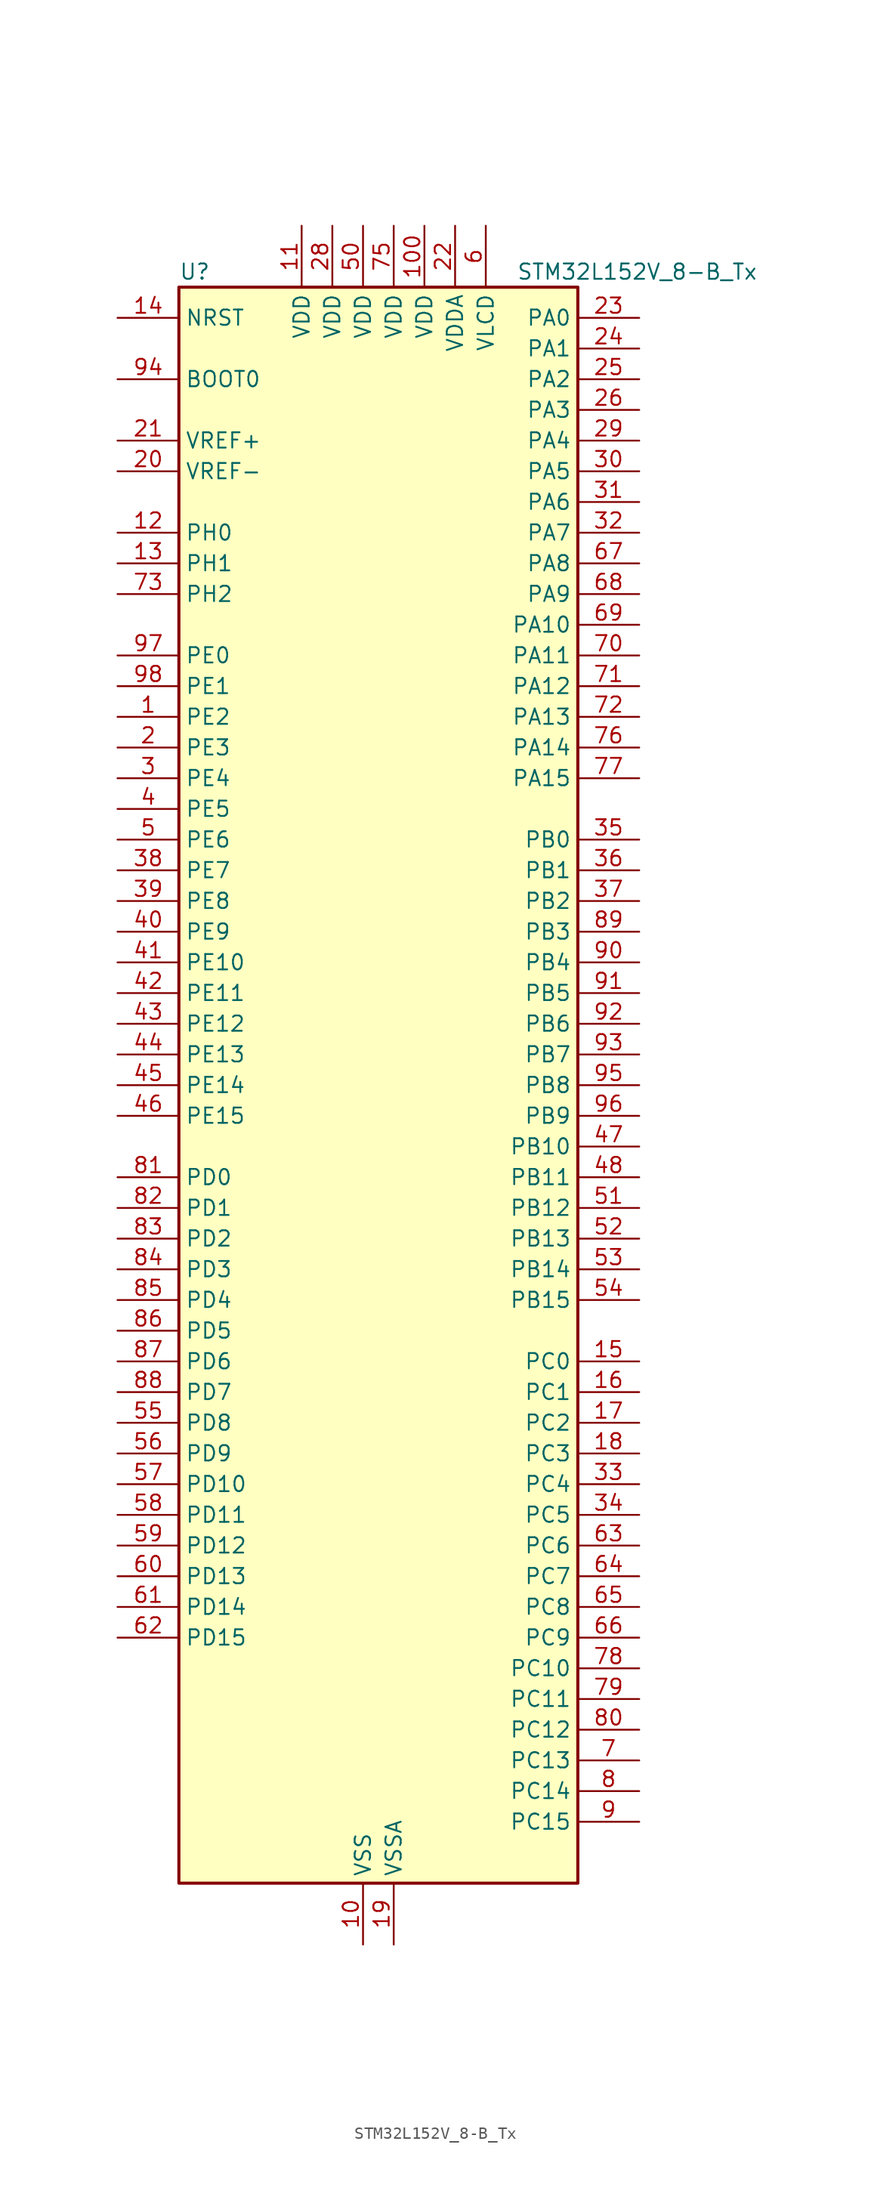
<source format=kicad_sym>
(kicad_symbol_lib
  (version 20220914)
  (generator kicad_symbol_editor)
  (symbol "STM32L152V_8-B_Tx"
    (property "Reference" "U"
      (at -15.24 67.31 0)
      (effects (font (size 1.27 1.27)) (justify left)))
    (property "Value" "STM32L152V_8-B_Tx"
      (at 12.7 67.31 0)
      (effects (font (size 1.27 1.27)) (justify left)))
    (property "ki_locked" ""
      (at 0 0 0)
      (effects (font (size 1.27 1.27))))
    (symbol "STM32L152V_8-B_Tx_0_1"
      (rectangle (start -15.24 -66.04) (end 17.78 66.04) (stroke (width 0.254) (type default)) (fill (type background))))
    (symbol "STM32L152V_8-B_Tx_1_1"
      (pin bidirectional line (at -20.32 30.48 0) (length 5.08) (name "PE2" (effects (font (size 1.27 1.27)))) (number "1" (effects (font (size 1.27 1.27)))) (alternate "LCD_SEG38" bidirectional line) (alternate "SYS_TRACECK" bidirectional line) (alternate "TIM3_ETR" bidirectional line) (alternate "TIMX_IC3" bidirectional line))
      (pin power_in line (at 0 -71.12 90) (length 5.08) (name "VSS" (effects (font (size 1.27 1.27)))) (number "10" (effects (font (size 1.27 1.27)))))
      (pin power_in line (at 5.08 71.12 270) (length 5.08) (name "VDD" (effects (font (size 1.27 1.27)))) (number "100" (effects (font (size 1.27 1.27)))))
      (pin power_in line (at -5.08 71.12 270) (length 5.08) (name "VDD" (effects (font (size 1.27 1.27)))) (number "11" (effects (font (size 1.27 1.27)))))
      (pin bidirectional line (at -20.32 45.72 0) (length 5.08) (name "PH0" (effects (font (size 1.27 1.27)))) (number "12" (effects (font (size 1.27 1.27)))) (alternate "RCC_OSC_IN" bidirectional line))
      (pin bidirectional line (at -20.32 43.18 0) (length 5.08) (name "PH1" (effects (font (size 1.27 1.27)))) (number "13" (effects (font (size 1.27 1.27)))) (alternate "RCC_OSC_OUT" bidirectional line))
      (pin input line (at -20.32 63.5 0) (length 5.08) (name "NRST" (effects (font (size 1.27 1.27)))) (number "14" (effects (font (size 1.27 1.27)))))
      (pin bidirectional line (at 22.86 -22.86 180) (length 5.08) (name "PC0" (effects (font (size 1.27 1.27)))) (number "15" (effects (font (size 1.27 1.27)))) (alternate "ADC_IN10" bidirectional line) (alternate "COMP1_INP" bidirectional line) (alternate "LCD_SEG18" bidirectional line) (alternate "TIMX_IC1" bidirectional line) (alternate "TS_G8_IO1" bidirectional line))
      (pin bidirectional line (at 22.86 -25.4 180) (length 5.08) (name "PC1" (effects (font (size 1.27 1.27)))) (number "16" (effects (font (size 1.27 1.27)))) (alternate "ADC_IN11" bidirectional line) (alternate "COMP1_INP" bidirectional line) (alternate "LCD_SEG19" bidirectional line) (alternate "TIMX_IC2" bidirectional line) (alternate "TS_G8_IO2" bidirectional line))
      (pin bidirectional line (at 22.86 -27.94 180) (length 5.08) (name "PC2" (effects (font (size 1.27 1.27)))) (number "17" (effects (font (size 1.27 1.27)))) (alternate "ADC_IN12" bidirectional line) (alternate "COMP1_INP" bidirectional line) (alternate "LCD_SEG20" bidirectional line) (alternate "TIMX_IC3" bidirectional line) (alternate "TS_G8_IO3" bidirectional line))
      (pin bidirectional line (at 22.86 -30.48 180) (length 5.08) (name "PC3" (effects (font (size 1.27 1.27)))) (number "18" (effects (font (size 1.27 1.27)))) (alternate "ADC_IN13" bidirectional line) (alternate "COMP1_INP" bidirectional line) (alternate "LCD_SEG21" bidirectional line) (alternate "TIMX_IC4" bidirectional line) (alternate "TS_G8_IO4" bidirectional line))
      (pin power_in line (at 2.54 -71.12 90) (length 5.08) (name "VSSA" (effects (font (size 1.27 1.27)))) (number "19" (effects (font (size 1.27 1.27)))))
      (pin bidirectional line (at -20.32 27.94 0) (length 5.08) (name "PE3" (effects (font (size 1.27 1.27)))) (number "2" (effects (font (size 1.27 1.27)))) (alternate "LCD_SEG39" bidirectional line) (alternate "SYS_TRACED0" bidirectional line) (alternate "TIM3_CH1" bidirectional line) (alternate "TIMX_IC4" bidirectional line))
      (pin input line (at -20.32 50.8 0) (length 5.08) (name "VREF-" (effects (font (size 1.27 1.27)))) (number "20" (effects (font (size 1.27 1.27)))))
      (pin input line (at -20.32 53.34 0) (length 5.08) (name "VREF+" (effects (font (size 1.27 1.27)))) (number "21" (effects (font (size 1.27 1.27)))))
      (pin power_in line (at 7.62 71.12 270) (length 5.08) (name "VDDA" (effects (font (size 1.27 1.27)))) (number "22" (effects (font (size 1.27 1.27)))))
      (pin bidirectional line (at 22.86 63.5 180) (length 5.08) (name "PA0" (effects (font (size 1.27 1.27)))) (number "23" (effects (font (size 1.27 1.27)))) (alternate "ADC_IN0" bidirectional line) (alternate "COMP1_INP" bidirectional line) (alternate "SYS_WKUP1" bidirectional line) (alternate "TIM2_CH1" bidirectional line) (alternate "TIM2_ETR" bidirectional line) (alternate "TIMX_IC1" bidirectional line) (alternate "TS_G1_IO1" bidirectional line) (alternate "USART2_CTS" bidirectional line))
      (pin bidirectional line (at 22.86 60.96 180) (length 5.08) (name "PA1" (effects (font (size 1.27 1.27)))) (number "24" (effects (font (size 1.27 1.27)))) (alternate "ADC_IN1" bidirectional line) (alternate "COMP1_INP" bidirectional line) (alternate "LCD_SEG0" bidirectional line) (alternate "TIM2_CH2" bidirectional line) (alternate "TIMX_IC2" bidirectional line) (alternate "TS_G1_IO2" bidirectional line) (alternate "USART2_RTS" bidirectional line))
      (pin bidirectional line (at 22.86 58.42 180) (length 5.08) (name "PA2" (effects (font (size 1.27 1.27)))) (number "25" (effects (font (size 1.27 1.27)))) (alternate "ADC_IN2" bidirectional line) (alternate "COMP1_INP" bidirectional line) (alternate "LCD_SEG1" bidirectional line) (alternate "TIM2_CH3" bidirectional line) (alternate "TIM9_CH1" bidirectional line) (alternate "TIMX_IC3" bidirectional line) (alternate "TS_G1_IO3" bidirectional line) (alternate "USART2_TX" bidirectional line))
      (pin bidirectional line (at 22.86 55.88 180) (length 5.08) (name "PA3" (effects (font (size 1.27 1.27)))) (number "26" (effects (font (size 1.27 1.27)))) (alternate "ADC_IN3" bidirectional line) (alternate "COMP1_INP" bidirectional line) (alternate "LCD_SEG2" bidirectional line) (alternate "TIM2_CH4" bidirectional line) (alternate "TIM9_CH2" bidirectional line) (alternate "TIMX_IC4" bidirectional line) (alternate "TS_G1_IO4" bidirectional line) (alternate "USART2_RX" bidirectional line))
      (pin passive line (at 0 -71.12 90) (length 5.08) hide (name "VSS" (effects (font (size 1.27 1.27)))) (number "27" (effects (font (size 1.27 1.27)))))
      (pin power_in line (at -2.54 71.12 270) (length 5.08) (name "VDD" (effects (font (size 1.27 1.27)))) (number "28" (effects (font (size 1.27 1.27)))))
      (pin bidirectional line (at 22.86 53.34 180) (length 5.08) (name "PA4" (effects (font (size 1.27 1.27)))) (number "29" (effects (font (size 1.27 1.27)))) (alternate "ADC_IN4" bidirectional line) (alternate "COMP1_INP" bidirectional line) (alternate "DAC_OUT1" bidirectional line) (alternate "SPI1_NSS" bidirectional line) (alternate "TIMX_IC1" bidirectional line) (alternate "USART2_CK" bidirectional line))
      (pin bidirectional line (at -20.32 25.4 0) (length 5.08) (name "PE4" (effects (font (size 1.27 1.27)))) (number "3" (effects (font (size 1.27 1.27)))) (alternate "SYS_TRACED1" bidirectional line) (alternate "TIM3_CH2" bidirectional line) (alternate "TIMX_IC1" bidirectional line))
      (pin bidirectional line (at 22.86 50.8 180) (length 5.08) (name "PA5" (effects (font (size 1.27 1.27)))) (number "30" (effects (font (size 1.27 1.27)))) (alternate "ADC_IN5" bidirectional line) (alternate "COMP1_INP" bidirectional line) (alternate "DAC_OUT2" bidirectional line) (alternate "SPI1_SCK" bidirectional line) (alternate "TIM2_CH1" bidirectional line) (alternate "TIM2_ETR" bidirectional line) (alternate "TIMX_IC2" bidirectional line))
      (pin bidirectional line (at 22.86 48.26 180) (length 5.08) (name "PA6" (effects (font (size 1.27 1.27)))) (number "31" (effects (font (size 1.27 1.27)))) (alternate "ADC_IN6" bidirectional line) (alternate "COMP1_INP" bidirectional line) (alternate "LCD_SEG3" bidirectional line) (alternate "SPI1_MISO" bidirectional line) (alternate "TIM10_CH1" bidirectional line) (alternate "TIM3_CH1" bidirectional line) (alternate "TIMX_IC3" bidirectional line) (alternate "TS_G2_IO1" bidirectional line))
      (pin bidirectional line (at 22.86 45.72 180) (length 5.08) (name "PA7" (effects (font (size 1.27 1.27)))) (number "32" (effects (font (size 1.27 1.27)))) (alternate "ADC_IN7" bidirectional line) (alternate "COMP1_INP" bidirectional line) (alternate "LCD_SEG4" bidirectional line) (alternate "SPI1_MOSI" bidirectional line) (alternate "TIM11_CH1" bidirectional line) (alternate "TIM3_CH2" bidirectional line) (alternate "TIMX_IC4" bidirectional line) (alternate "TS_G2_IO2" bidirectional line))
      (pin bidirectional line (at 22.86 -33.02 180) (length 5.08) (name "PC4" (effects (font (size 1.27 1.27)))) (number "33" (effects (font (size 1.27 1.27)))) (alternate "ADC_IN14" bidirectional line) (alternate "COMP1_INP" bidirectional line) (alternate "LCD_SEG22" bidirectional line) (alternate "TIMX_IC1" bidirectional line) (alternate "TS_G9_IO1" bidirectional line))
      (pin bidirectional line (at 22.86 -35.56 180) (length 5.08) (name "PC5" (effects (font (size 1.27 1.27)))) (number "34" (effects (font (size 1.27 1.27)))) (alternate "ADC_IN15" bidirectional line) (alternate "COMP1_INP" bidirectional line) (alternate "LCD_SEG23" bidirectional line) (alternate "TIMX_IC2" bidirectional line) (alternate "TS_G9_IO2" bidirectional line))
      (pin bidirectional line (at 22.86 20.32 180) (length 5.08) (name "PB0" (effects (font (size 1.27 1.27)))) (number "35" (effects (font (size 1.27 1.27)))) (alternate "ADC_IN8" bidirectional line) (alternate "COMP1_INP" bidirectional line) (alternate "LCD_SEG5" bidirectional line) (alternate "SYS_V_REF_OUT" bidirectional line) (alternate "TIM3_CH3" bidirectional line) (alternate "TS_G3_IO1" bidirectional line))
      (pin bidirectional line (at 22.86 17.78 180) (length 5.08) (name "PB1" (effects (font (size 1.27 1.27)))) (number "36" (effects (font (size 1.27 1.27)))) (alternate "ADC_IN9" bidirectional line) (alternate "COMP1_INP" bidirectional line) (alternate "LCD_SEG6" bidirectional line) (alternate "SYS_V_REF_OUT" bidirectional line) (alternate "TIM3_CH4" bidirectional line) (alternate "TS_G3_IO2" bidirectional line))
      (pin bidirectional line (at 22.86 15.24 180) (length 5.08) (name "PB2" (effects (font (size 1.27 1.27)))) (number "37" (effects (font (size 1.27 1.27)))))
      (pin bidirectional line (at -20.32 17.78 0) (length 5.08) (name "PE7" (effects (font (size 1.27 1.27)))) (number "38" (effects (font (size 1.27 1.27)))) (alternate "ADC_IN22" bidirectional line) (alternate "COMP1_INP" bidirectional line) (alternate "TIMX_IC4" bidirectional line))
      (pin bidirectional line (at -20.32 15.24 0) (length 5.08) (name "PE8" (effects (font (size 1.27 1.27)))) (number "39" (effects (font (size 1.27 1.27)))) (alternate "ADC_IN23" bidirectional line) (alternate "COMP1_INP" bidirectional line) (alternate "TIMX_IC1" bidirectional line))
      (pin bidirectional line (at -20.32 22.86 0) (length 5.08) (name "PE5" (effects (font (size 1.27 1.27)))) (number "4" (effects (font (size 1.27 1.27)))) (alternate "SYS_TRACED2" bidirectional line) (alternate "TIM9_CH1" bidirectional line) (alternate "TIMX_IC2" bidirectional line))
      (pin bidirectional line (at -20.32 12.7 0) (length 5.08) (name "PE9" (effects (font (size 1.27 1.27)))) (number "40" (effects (font (size 1.27 1.27)))) (alternate "ADC_IN24" bidirectional line) (alternate "COMP1_INP" bidirectional line) (alternate "DAC_EXTI9" bidirectional line) (alternate "TIM2_CH1" bidirectional line) (alternate "TIM2_ETR" bidirectional line) (alternate "TIMX_IC2" bidirectional line))
      (pin bidirectional line (at -20.32 10.16 0) (length 5.08) (name "PE10" (effects (font (size 1.27 1.27)))) (number "41" (effects (font (size 1.27 1.27)))) (alternate "ADC_IN25" bidirectional line) (alternate "COMP1_INP" bidirectional line) (alternate "TIM2_CH2" bidirectional line) (alternate "TIMX_IC3" bidirectional line))
      (pin bidirectional line (at -20.32 7.62 0) (length 5.08) (name "PE11" (effects (font (size 1.27 1.27)))) (number "42" (effects (font (size 1.27 1.27)))) (alternate "ADC_EXTI11" bidirectional line) (alternate "TIM2_CH3" bidirectional line) (alternate "TIMX_IC4" bidirectional line))
      (pin bidirectional line (at -20.32 5.08 0) (length 5.08) (name "PE12" (effects (font (size 1.27 1.27)))) (number "43" (effects (font (size 1.27 1.27)))) (alternate "SPI1_NSS" bidirectional line) (alternate "TIM2_CH4" bidirectional line) (alternate "TIMX_IC1" bidirectional line))
      (pin bidirectional line (at -20.32 2.54 0) (length 5.08) (name "PE13" (effects (font (size 1.27 1.27)))) (number "44" (effects (font (size 1.27 1.27)))) (alternate "SPI1_SCK" bidirectional line) (alternate "TIMX_IC2" bidirectional line))
      (pin bidirectional line (at -20.32 0 0) (length 5.08) (name "PE14" (effects (font (size 1.27 1.27)))) (number "45" (effects (font (size 1.27 1.27)))) (alternate "SPI1_MISO" bidirectional line) (alternate "TIMX_IC3" bidirectional line))
      (pin bidirectional line (at -20.32 -2.54 0) (length 5.08) (name "PE15" (effects (font (size 1.27 1.27)))) (number "46" (effects (font (size 1.27 1.27)))) (alternate "ADC_EXTI15" bidirectional line) (alternate "SPI1_MOSI" bidirectional line) (alternate "TIMX_IC4" bidirectional line))
      (pin bidirectional line (at 22.86 -5.08 180) (length 5.08) (name "PB10" (effects (font (size 1.27 1.27)))) (number "47" (effects (font (size 1.27 1.27)))) (alternate "I2C2_SCL" bidirectional line) (alternate "LCD_SEG10" bidirectional line) (alternate "TIM2_CH3" bidirectional line) (alternate "USART3_TX" bidirectional line))
      (pin bidirectional line (at 22.86 -7.62 180) (length 5.08) (name "PB11" (effects (font (size 1.27 1.27)))) (number "48" (effects (font (size 1.27 1.27)))) (alternate "ADC_EXTI11" bidirectional line) (alternate "I2C2_SDA" bidirectional line) (alternate "LCD_SEG11" bidirectional line) (alternate "TIM2_CH4" bidirectional line) (alternate "USART3_RX" bidirectional line))
      (pin passive line (at 0 -71.12 90) (length 5.08) hide (name "VSS" (effects (font (size 1.27 1.27)))) (number "49" (effects (font (size 1.27 1.27)))))
      (pin bidirectional line (at -20.32 20.32 0) (length 5.08) (name "PE6" (effects (font (size 1.27 1.27)))) (number "5" (effects (font (size 1.27 1.27)))) (alternate "SYS_TRACED3" bidirectional line) (alternate "SYS_WKUP3" bidirectional line) (alternate "TIM9_CH2" bidirectional line) (alternate "TIMX_IC3" bidirectional line))
      (pin power_in line (at 0 71.12 270) (length 5.08) (name "VDD" (effects (font (size 1.27 1.27)))) (number "50" (effects (font (size 1.27 1.27)))))
      (pin bidirectional line (at 22.86 -10.16 180) (length 5.08) (name "PB12" (effects (font (size 1.27 1.27)))) (number "51" (effects (font (size 1.27 1.27)))) (alternate "ADC_IN18" bidirectional line) (alternate "COMP1_INP" bidirectional line) (alternate "I2C2_SMBA" bidirectional line) (alternate "LCD_SEG12" bidirectional line) (alternate "SPI2_NSS" bidirectional line) (alternate "TIM10_CH1" bidirectional line) (alternate "TS_G7_IO1" bidirectional line) (alternate "USART3_CK" bidirectional line))
      (pin bidirectional line (at 22.86 -12.7 180) (length 5.08) (name "PB13" (effects (font (size 1.27 1.27)))) (number "52" (effects (font (size 1.27 1.27)))) (alternate "ADC_IN19" bidirectional line) (alternate "COMP1_INP" bidirectional line) (alternate "LCD_SEG13" bidirectional line) (alternate "SPI2_SCK" bidirectional line) (alternate "TIM9_CH1" bidirectional line) (alternate "TS_G7_IO2" bidirectional line) (alternate "USART3_CTS" bidirectional line))
      (pin bidirectional line (at 22.86 -15.24 180) (length 5.08) (name "PB14" (effects (font (size 1.27 1.27)))) (number "53" (effects (font (size 1.27 1.27)))) (alternate "ADC_IN20" bidirectional line) (alternate "COMP1_INP" bidirectional line) (alternate "LCD_SEG14" bidirectional line) (alternate "SPI2_MISO" bidirectional line) (alternate "TIM9_CH2" bidirectional line) (alternate "TS_G7_IO3" bidirectional line) (alternate "USART3_RTS" bidirectional line))
      (pin bidirectional line (at 22.86 -17.78 180) (length 5.08) (name "PB15" (effects (font (size 1.27 1.27)))) (number "54" (effects (font (size 1.27 1.27)))) (alternate "ADC_EXTI15" bidirectional line) (alternate "ADC_IN21" bidirectional line) (alternate "COMP1_INP" bidirectional line) (alternate "LCD_SEG15" bidirectional line) (alternate "RTC_REFIN" bidirectional line) (alternate "SPI2_MOSI" bidirectional line) (alternate "TIM11_CH1" bidirectional line) (alternate "TS_G7_IO4" bidirectional line))
      (pin bidirectional line (at -20.32 -27.94 0) (length 5.08) (name "PD8" (effects (font (size 1.27 1.27)))) (number "55" (effects (font (size 1.27 1.27)))) (alternate "LCD_SEG28" bidirectional line) (alternate "TIMX_IC1" bidirectional line) (alternate "USART3_TX" bidirectional line))
      (pin bidirectional line (at -20.32 -30.48 0) (length 5.08) (name "PD9" (effects (font (size 1.27 1.27)))) (number "56" (effects (font (size 1.27 1.27)))) (alternate "DAC_EXTI9" bidirectional line) (alternate "LCD_SEG29" bidirectional line) (alternate "TIMX_IC2" bidirectional line) (alternate "USART3_RX" bidirectional line))
      (pin bidirectional line (at -20.32 -33.02 0) (length 5.08) (name "PD10" (effects (font (size 1.27 1.27)))) (number "57" (effects (font (size 1.27 1.27)))) (alternate "LCD_SEG30" bidirectional line) (alternate "TIMX_IC3" bidirectional line) (alternate "USART3_CK" bidirectional line))
      (pin bidirectional line (at -20.32 -35.56 0) (length 5.08) (name "PD11" (effects (font (size 1.27 1.27)))) (number "58" (effects (font (size 1.27 1.27)))) (alternate "ADC_EXTI11" bidirectional line) (alternate "LCD_SEG31" bidirectional line) (alternate "TIMX_IC4" bidirectional line) (alternate "USART3_CTS" bidirectional line))
      (pin bidirectional line (at -20.32 -38.1 0) (length 5.08) (name "PD12" (effects (font (size 1.27 1.27)))) (number "59" (effects (font (size 1.27 1.27)))) (alternate "LCD_SEG32" bidirectional line) (alternate "TIM4_CH1" bidirectional line) (alternate "TIMX_IC1" bidirectional line) (alternate "USART3_RTS" bidirectional line))
      (pin power_in line (at 10.16 71.12 270) (length 5.08) (name "VLCD" (effects (font (size 1.27 1.27)))) (number "6" (effects (font (size 1.27 1.27)))))
      (pin bidirectional line (at -20.32 -40.64 0) (length 5.08) (name "PD13" (effects (font (size 1.27 1.27)))) (number "60" (effects (font (size 1.27 1.27)))) (alternate "LCD_SEG33" bidirectional line) (alternate "TIM4_CH2" bidirectional line) (alternate "TIMX_IC2" bidirectional line))
      (pin bidirectional line (at -20.32 -43.18 0) (length 5.08) (name "PD14" (effects (font (size 1.27 1.27)))) (number "61" (effects (font (size 1.27 1.27)))) (alternate "LCD_SEG34" bidirectional line) (alternate "TIM4_CH3" bidirectional line) (alternate "TIMX_IC3" bidirectional line))
      (pin bidirectional line (at -20.32 -45.72 0) (length 5.08) (name "PD15" (effects (font (size 1.27 1.27)))) (number "62" (effects (font (size 1.27 1.27)))) (alternate "ADC_EXTI15" bidirectional line) (alternate "LCD_SEG35" bidirectional line) (alternate "TIM4_CH4" bidirectional line) (alternate "TIMX_IC4" bidirectional line))
      (pin bidirectional line (at 22.86 -38.1 180) (length 5.08) (name "PC6" (effects (font (size 1.27 1.27)))) (number "63" (effects (font (size 1.27 1.27)))) (alternate "LCD_SEG24" bidirectional line) (alternate "TIM3_CH1" bidirectional line) (alternate "TIMX_IC3" bidirectional line) (alternate "TS_G10_IO1" bidirectional line))
      (pin bidirectional line (at 22.86 -40.64 180) (length 5.08) (name "PC7" (effects (font (size 1.27 1.27)))) (number "64" (effects (font (size 1.27 1.27)))) (alternate "LCD_SEG25" bidirectional line) (alternate "TIM3_CH2" bidirectional line) (alternate "TIMX_IC4" bidirectional line) (alternate "TS_G10_IO2" bidirectional line))
      (pin bidirectional line (at 22.86 -43.18 180) (length 5.08) (name "PC8" (effects (font (size 1.27 1.27)))) (number "65" (effects (font (size 1.27 1.27)))) (alternate "LCD_SEG26" bidirectional line) (alternate "TIM3_CH3" bidirectional line) (alternate "TIMX_IC1" bidirectional line) (alternate "TS_G10_IO3" bidirectional line))
      (pin bidirectional line (at 22.86 -45.72 180) (length 5.08) (name "PC9" (effects (font (size 1.27 1.27)))) (number "66" (effects (font (size 1.27 1.27)))) (alternate "DAC_EXTI9" bidirectional line) (alternate "LCD_SEG27" bidirectional line) (alternate "TIM3_CH4" bidirectional line) (alternate "TIMX_IC2" bidirectional line) (alternate "TS_G10_IO4" bidirectional line))
      (pin bidirectional line (at 22.86 43.18 180) (length 5.08) (name "PA8" (effects (font (size 1.27 1.27)))) (number "67" (effects (font (size 1.27 1.27)))) (alternate "LCD_COM0" bidirectional line) (alternate "RCC_MCO" bidirectional line) (alternate "TIMX_IC1" bidirectional line) (alternate "TS_G4_IO1" bidirectional line) (alternate "USART1_CK" bidirectional line))
      (pin bidirectional line (at 22.86 40.64 180) (length 5.08) (name "PA9" (effects (font (size 1.27 1.27)))) (number "68" (effects (font (size 1.27 1.27)))) (alternate "DAC_EXTI9" bidirectional line) (alternate "LCD_COM1" bidirectional line) (alternate "TIMX_IC2" bidirectional line) (alternate "TS_G4_IO2" bidirectional line) (alternate "USART1_TX" bidirectional line))
      (pin bidirectional line (at 22.86 38.1 180) (length 5.08) (name "PA10" (effects (font (size 1.27 1.27)))) (number "69" (effects (font (size 1.27 1.27)))) (alternate "LCD_COM2" bidirectional line) (alternate "TIMX_IC3" bidirectional line) (alternate "TS_G4_IO3" bidirectional line) (alternate "USART1_RX" bidirectional line))
      (pin bidirectional line (at 22.86 -55.88 180) (length 5.08) (name "PC13" (effects (font (size 1.27 1.27)))) (number "7" (effects (font (size 1.27 1.27)))) (alternate "RTC_OUT_ALARM" bidirectional line) (alternate "RTC_OUT_CALIB" bidirectional line) (alternate "RTC_TAMP1" bidirectional line) (alternate "RTC_TS" bidirectional line) (alternate "SYS_WKUP2" bidirectional line) (alternate "TIMX_IC2" bidirectional line))
      (pin bidirectional line (at 22.86 35.56 180) (length 5.08) (name "PA11" (effects (font (size 1.27 1.27)))) (number "70" (effects (font (size 1.27 1.27)))) (alternate "ADC_EXTI11" bidirectional line) (alternate "SPI1_MISO" bidirectional line) (alternate "TIMX_IC4" bidirectional line) (alternate "USART1_CTS" bidirectional line) (alternate "USB_DM" bidirectional line))
      (pin bidirectional line (at 22.86 33.02 180) (length 5.08) (name "PA12" (effects (font (size 1.27 1.27)))) (number "71" (effects (font (size 1.27 1.27)))) (alternate "SPI1_MOSI" bidirectional line) (alternate "TIMX_IC1" bidirectional line) (alternate "USART1_RTS" bidirectional line) (alternate "USB_DP" bidirectional line))
      (pin bidirectional line (at 22.86 30.48 180) (length 5.08) (name "PA13" (effects (font (size 1.27 1.27)))) (number "72" (effects (font (size 1.27 1.27)))) (alternate "SYS_JTMS-SWDIO" bidirectional line) (alternate "TIMX_IC2" bidirectional line) (alternate "TS_G5_IO1" bidirectional line))
      (pin bidirectional line (at -20.32 40.64 0) (length 5.08) (name "PH2" (effects (font (size 1.27 1.27)))) (number "73" (effects (font (size 1.27 1.27)))))
      (pin passive line (at 0 -71.12 90) (length 5.08) hide (name "VSS" (effects (font (size 1.27 1.27)))) (number "74" (effects (font (size 1.27 1.27)))))
      (pin power_in line (at 2.54 71.12 270) (length 5.08) (name "VDD" (effects (font (size 1.27 1.27)))) (number "75" (effects (font (size 1.27 1.27)))))
      (pin bidirectional line (at 22.86 27.94 180) (length 5.08) (name "PA14" (effects (font (size 1.27 1.27)))) (number "76" (effects (font (size 1.27 1.27)))) (alternate "SYS_JTCK-SWCLK" bidirectional line) (alternate "TIMX_IC3" bidirectional line) (alternate "TS_G5_IO2" bidirectional line))
      (pin bidirectional line (at 22.86 25.4 180) (length 5.08) (name "PA15" (effects (font (size 1.27 1.27)))) (number "77" (effects (font (size 1.27 1.27)))) (alternate "ADC_EXTI15" bidirectional line) (alternate "LCD_SEG17" bidirectional line) (alternate "SPI1_NSS" bidirectional line) (alternate "SYS_JTDI" bidirectional line) (alternate "TIM2_CH1" bidirectional line) (alternate "TIM2_ETR" bidirectional line) (alternate "TIMX_IC4" bidirectional line) (alternate "TS_G5_IO3" bidirectional line))
      (pin bidirectional line (at 22.86 -48.26 180) (length 5.08) (name "PC10" (effects (font (size 1.27 1.27)))) (number "78" (effects (font (size 1.27 1.27)))) (alternate "LCD_COM4" bidirectional line) (alternate "LCD_SEG28" bidirectional line) (alternate "LCD_SEG40" bidirectional line) (alternate "TIMX_IC3" bidirectional line) (alternate "USART3_TX" bidirectional line))
      (pin bidirectional line (at 22.86 -50.8 180) (length 5.08) (name "PC11" (effects (font (size 1.27 1.27)))) (number "79" (effects (font (size 1.27 1.27)))) (alternate "ADC_EXTI11" bidirectional line) (alternate "LCD_COM5" bidirectional line) (alternate "LCD_SEG29" bidirectional line) (alternate "LCD_SEG41" bidirectional line) (alternate "TIMX_IC4" bidirectional line) (alternate "USART3_RX" bidirectional line))
      (pin bidirectional line (at 22.86 -58.42 180) (length 5.08) (name "PC14" (effects (font (size 1.27 1.27)))) (number "8" (effects (font (size 1.27 1.27)))) (alternate "RCC_OSC32_IN" bidirectional line) (alternate "TIMX_IC3" bidirectional line))
      (pin bidirectional line (at 22.86 -53.34 180) (length 5.08) (name "PC12" (effects (font (size 1.27 1.27)))) (number "80" (effects (font (size 1.27 1.27)))) (alternate "LCD_COM6" bidirectional line) (alternate "LCD_SEG30" bidirectional line) (alternate "LCD_SEG42" bidirectional line) (alternate "TIMX_IC1" bidirectional line) (alternate "USART3_CK" bidirectional line))
      (pin bidirectional line (at -20.32 -7.62 0) (length 5.08) (name "PD0" (effects (font (size 1.27 1.27)))) (number "81" (effects (font (size 1.27 1.27)))) (alternate "SPI2_NSS" bidirectional line) (alternate "TIM9_CH1" bidirectional line) (alternate "TIMX_IC1" bidirectional line))
      (pin bidirectional line (at -20.32 -10.16 0) (length 5.08) (name "PD1" (effects (font (size 1.27 1.27)))) (number "82" (effects (font (size 1.27 1.27)))) (alternate "SPI2_SCK" bidirectional line) (alternate "TIMX_IC2" bidirectional line))
      (pin bidirectional line (at -20.32 -12.7 0) (length 5.08) (name "PD2" (effects (font (size 1.27 1.27)))) (number "83" (effects (font (size 1.27 1.27)))) (alternate "LCD_COM7" bidirectional line) (alternate "LCD_SEG31" bidirectional line) (alternate "LCD_SEG43" bidirectional line) (alternate "TIM3_ETR" bidirectional line) (alternate "TIMX_IC3" bidirectional line))
      (pin bidirectional line (at -20.32 -15.24 0) (length 5.08) (name "PD3" (effects (font (size 1.27 1.27)))) (number "84" (effects (font (size 1.27 1.27)))) (alternate "SPI2_MISO" bidirectional line) (alternate "TIMX_IC4" bidirectional line) (alternate "USART2_CTS" bidirectional line))
      (pin bidirectional line (at -20.32 -17.78 0) (length 5.08) (name "PD4" (effects (font (size 1.27 1.27)))) (number "85" (effects (font (size 1.27 1.27)))) (alternate "SPI2_MOSI" bidirectional line) (alternate "TIMX_IC1" bidirectional line) (alternate "USART2_RTS" bidirectional line))
      (pin bidirectional line (at -20.32 -20.32 0) (length 5.08) (name "PD5" (effects (font (size 1.27 1.27)))) (number "86" (effects (font (size 1.27 1.27)))) (alternate "TIMX_IC2" bidirectional line) (alternate "USART2_TX" bidirectional line))
      (pin bidirectional line (at -20.32 -22.86 0) (length 5.08) (name "PD6" (effects (font (size 1.27 1.27)))) (number "87" (effects (font (size 1.27 1.27)))) (alternate "TIMX_IC3" bidirectional line) (alternate "USART2_RX" bidirectional line))
      (pin bidirectional line (at -20.32 -25.4 0) (length 5.08) (name "PD7" (effects (font (size 1.27 1.27)))) (number "88" (effects (font (size 1.27 1.27)))) (alternate "TIM9_CH2" bidirectional line) (alternate "TIMX_IC4" bidirectional line) (alternate "USART2_CK" bidirectional line))
      (pin bidirectional line (at 22.86 12.7 180) (length 5.08) (name "PB3" (effects (font (size 1.27 1.27)))) (number "89" (effects (font (size 1.27 1.27)))) (alternate "COMP2_INM" bidirectional line) (alternate "LCD_SEG7" bidirectional line) (alternate "SPI1_SCK" bidirectional line) (alternate "SYS_JTDO-TRACESWO" bidirectional line) (alternate "TIM2_CH2" bidirectional line))
      (pin bidirectional line (at 22.86 -60.96 180) (length 5.08) (name "PC15" (effects (font (size 1.27 1.27)))) (number "9" (effects (font (size 1.27 1.27)))) (alternate "ADC_EXTI15" bidirectional line) (alternate "RCC_OSC32_OUT" bidirectional line) (alternate "TIMX_IC4" bidirectional line))
      (pin bidirectional line (at 22.86 10.16 180) (length 5.08) (name "PB4" (effects (font (size 1.27 1.27)))) (number "90" (effects (font (size 1.27 1.27)))) (alternate "COMP2_INP" bidirectional line) (alternate "LCD_SEG8" bidirectional line) (alternate "SPI1_MISO" bidirectional line) (alternate "SYS_JTRST" bidirectional line) (alternate "TIM3_CH1" bidirectional line) (alternate "TS_G6_IO1" bidirectional line))
      (pin bidirectional line (at 22.86 7.62 180) (length 5.08) (name "PB5" (effects (font (size 1.27 1.27)))) (number "91" (effects (font (size 1.27 1.27)))) (alternate "COMP2_INP" bidirectional line) (alternate "I2C1_SMBA" bidirectional line) (alternate "LCD_SEG9" bidirectional line) (alternate "SPI1_MOSI" bidirectional line) (alternate "TIM3_CH2" bidirectional line) (alternate "TS_G6_IO2" bidirectional line))
      (pin bidirectional line (at 22.86 5.08 180) (length 5.08) (name "PB6" (effects (font (size 1.27 1.27)))) (number "92" (effects (font (size 1.27 1.27)))) (alternate "I2C1_SCL" bidirectional line) (alternate "TIM4_CH1" bidirectional line) (alternate "USART1_TX" bidirectional line))
      (pin bidirectional line (at 22.86 2.54 180) (length 5.08) (name "PB7" (effects (font (size 1.27 1.27)))) (number "93" (effects (font (size 1.27 1.27)))) (alternate "I2C1_SDA" bidirectional line) (alternate "SYS_PVD_IN" bidirectional line) (alternate "TIM4_CH2" bidirectional line) (alternate "USART1_RX" bidirectional line))
      (pin input line (at -20.32 58.42 0) (length 5.08) (name "BOOT0" (effects (font (size 1.27 1.27)))) (number "94" (effects (font (size 1.27 1.27)))))
      (pin bidirectional line (at 22.86 0 180) (length 5.08) (name "PB8" (effects (font (size 1.27 1.27)))) (number "95" (effects (font (size 1.27 1.27)))) (alternate "I2C1_SCL" bidirectional line) (alternate "LCD_SEG16" bidirectional line) (alternate "TIM10_CH1" bidirectional line) (alternate "TIM4_CH3" bidirectional line))
      (pin bidirectional line (at 22.86 -2.54 180) (length 5.08) (name "PB9" (effects (font (size 1.27 1.27)))) (number "96" (effects (font (size 1.27 1.27)))) (alternate "DAC_EXTI9" bidirectional line) (alternate "I2C1_SDA" bidirectional line) (alternate "LCD_COM3" bidirectional line) (alternate "TIM11_CH1" bidirectional line) (alternate "TIM4_CH4" bidirectional line))
      (pin bidirectional line (at -20.32 35.56 0) (length 5.08) (name "PE0" (effects (font (size 1.27 1.27)))) (number "97" (effects (font (size 1.27 1.27)))) (alternate "LCD_SEG36" bidirectional line) (alternate "TIM10_CH1" bidirectional line) (alternate "TIM4_ETR" bidirectional line) (alternate "TIMX_IC1" bidirectional line))
      (pin bidirectional line (at -20.32 33.02 0) (length 5.08) (name "PE1" (effects (font (size 1.27 1.27)))) (number "98" (effects (font (size 1.27 1.27)))) (alternate "LCD_SEG37" bidirectional line) (alternate "TIM11_CH1" bidirectional line) (alternate "TIMX_IC2" bidirectional line))
      (pin passive line (at 0 -71.12 90) (length 5.08) hide (name "VSS" (effects (font (size 1.27 1.27)))) (number "99" (effects (font (size 1.27 1.27))))))))
</source>
